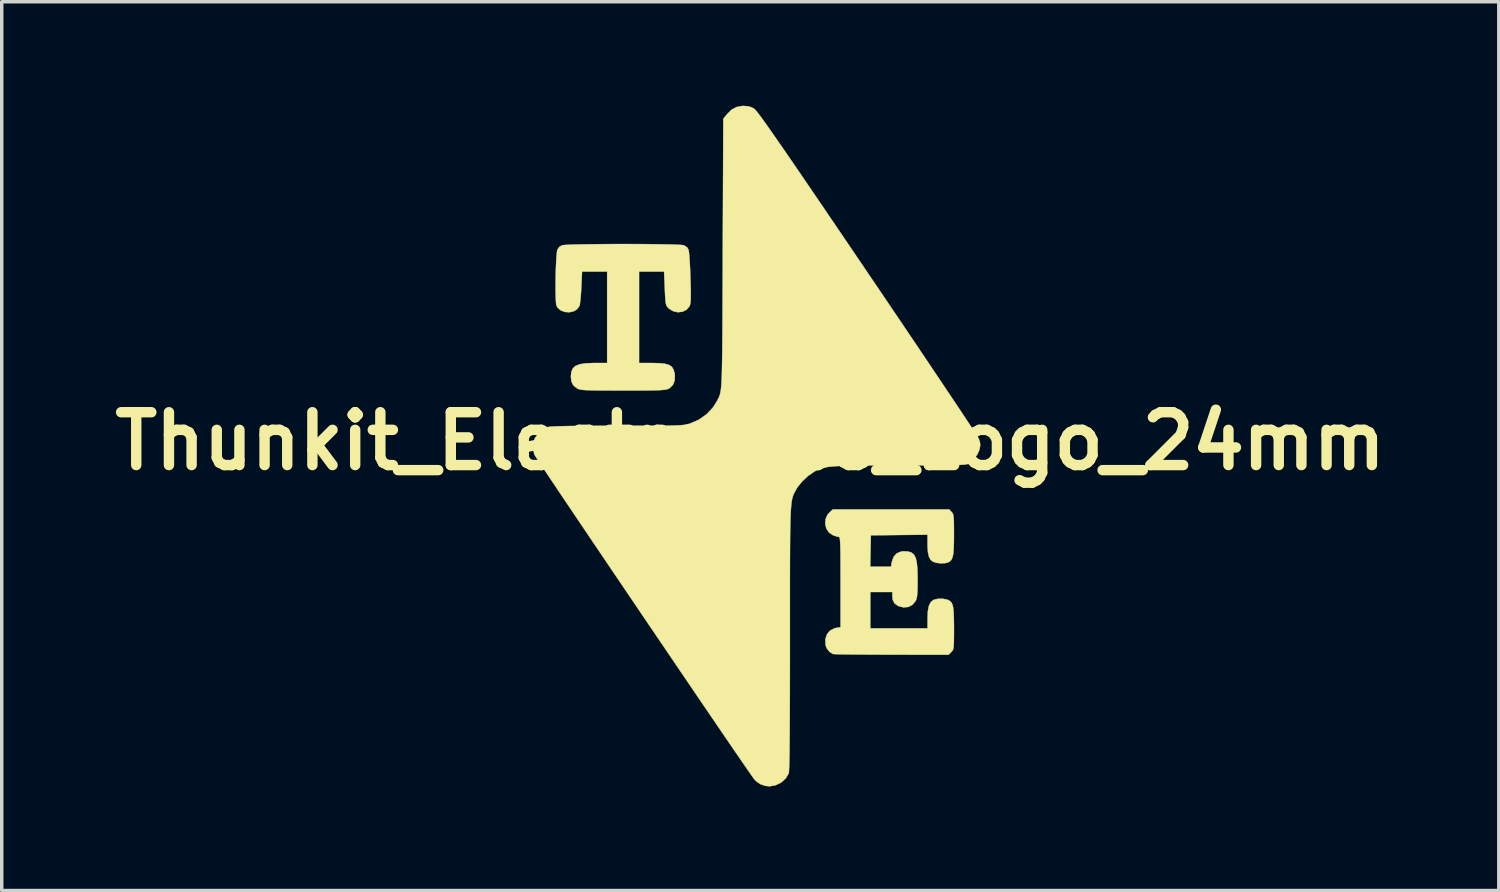
<source format=kicad_pcb>
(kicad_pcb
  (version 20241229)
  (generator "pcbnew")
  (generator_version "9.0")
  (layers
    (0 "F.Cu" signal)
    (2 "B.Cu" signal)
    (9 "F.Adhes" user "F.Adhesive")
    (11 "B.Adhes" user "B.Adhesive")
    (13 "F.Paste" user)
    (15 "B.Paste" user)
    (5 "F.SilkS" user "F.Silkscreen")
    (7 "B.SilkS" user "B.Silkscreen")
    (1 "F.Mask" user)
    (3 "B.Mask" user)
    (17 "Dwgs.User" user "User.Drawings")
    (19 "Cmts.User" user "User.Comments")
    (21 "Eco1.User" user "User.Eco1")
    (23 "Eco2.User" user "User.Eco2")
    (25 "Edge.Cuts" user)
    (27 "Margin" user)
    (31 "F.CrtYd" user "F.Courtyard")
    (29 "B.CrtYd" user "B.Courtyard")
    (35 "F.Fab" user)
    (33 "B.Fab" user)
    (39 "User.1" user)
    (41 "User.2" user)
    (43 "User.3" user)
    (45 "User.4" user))
  (footprint "Thunkit_Electronics_Logo_24mm"
    (layer "F.Cu")
    (at 18.586 9.672)
    (property "Reference" "Thunkit_Electronics_Logo_24mm" (at 0 0 0) (layer "F.SilkS") (effects (font (size 1.524 1.524) (thickness 0.3))))
    (attr through_hole)
    (fp_poly (pts (xy -3.245 -5.684) (xy -2.964 -5.682) (xy -2.7 -5.679) (xy -2.462 -5.675) (xy -2.258 -5.671) (xy -2.093 -5.665) (xy -1.976 -5.658) (xy -1.915 -5.65) (xy -1.912 -5.649) (xy -1.818 -5.586) (xy -1.78 -5.518) (xy -1.77 -5.458) (xy -1.758 -5.346) (xy -1.747 -5.192) (xy -1.737 -5.005) (xy -1.729 -4.798) (xy -1.726 -4.702) (xy -1.719 -4.465) (xy -1.716 -4.282) (xy -1.716 -4.146) (xy -1.72 -4.046) (xy -1.727 -3.976) (xy -1.739 -3.925) (xy -1.756 -3.886) (xy -1.838 -3.789) (xy -1.954 -3.733) (xy -2.088 -3.718) (xy -2.223 -3.747) (xy -2.342 -3.82) (xy -2.354 -3.832) (xy -2.389 -3.868) (xy -2.414 -3.905) (xy -2.431 -3.953) (xy -2.443 -4.024) (xy -2.452 -4.128) (xy -2.46 -4.278) (xy -2.465 -4.406) (xy -2.486 -4.889) (xy -3.207 -4.889) (xy -3.207 -2.254) (xy -2.841 -2.254) (xy -2.622 -2.249) (xy -2.459 -2.232) (xy -2.341 -2.198) (xy -2.261 -2.143) (xy -2.211 -2.063) (xy -2.182 -1.954) (xy -2.176 -1.917) (xy -2.179 -1.757) (xy -2.23 -1.624) (xy -2.325 -1.53) (xy -2.349 -1.516) (xy -2.383 -1.502) (xy -2.426 -1.49) (xy -2.483 -1.481) (xy -2.562 -1.474) (xy -2.669 -1.468) (xy -2.811 -1.465) (xy -2.994 -1.462) (xy -3.224 -1.461) (xy -3.507 -1.461) (xy -3.667 -1.461) (xy -3.98 -1.461) (xy -4.235 -1.462) (xy -4.44 -1.463) (xy -4.601 -1.466) (xy -4.724 -1.471) (xy -4.815 -1.477) (xy -4.883 -1.485) (xy -4.931 -1.496) (xy -4.969 -1.509) (xy -4.984 -1.516) (xy -5.095 -1.599) (xy -5.157 -1.716) (xy -5.174 -1.857) (xy -5.162 -1.993) (xy -5.119 -2.096) (xy -5.041 -2.17) (xy -4.92 -2.218) (xy -4.751 -2.245) (xy -4.526 -2.254) (xy -4.501 -2.254) (xy -4.128 -2.254) (xy -4.128 -4.889) (xy -4.851 -4.889) (xy -4.872 -4.437) (xy -4.882 -4.267) (xy -4.894 -4.114) (xy -4.908 -3.992) (xy -4.921 -3.915) (xy -4.924 -3.903) (xy -4.993 -3.805) (xy -5.097 -3.743) (xy -5.222 -3.717) (xy -5.351 -3.727) (xy -5.469 -3.772) (xy -5.559 -3.853) (xy -5.588 -3.906) (xy -5.6 -3.968) (xy -5.608 -4.083) (xy -5.613 -4.237) (xy -5.615 -4.42) (xy -5.614 -4.62) (xy -5.611 -4.826) (xy -5.604 -5.026) (xy -5.596 -5.208) (xy -5.586 -5.361) (xy -5.573 -5.473) (xy -5.561 -5.529) (xy -5.501 -5.607) (xy -5.427 -5.648) (xy -5.372 -5.656) (xy -5.261 -5.663) (xy -5.101 -5.669) (xy -4.9 -5.674) (xy -4.666 -5.678) (xy -4.405 -5.681) (xy -4.125 -5.683) (xy -3.833 -5.685) (xy -3.538 -5.685) (xy -3.245 -5.684)) (stroke (width 0.01) (type solid)) (fill yes) (layer "F.SilkS"))
    (fp_poly (pts (xy 5.805 2.042) (xy 5.829 2.071) (xy 5.847 2.106) (xy 5.859 2.155) (xy 5.867 2.228) (xy 5.872 2.336) (xy 5.873 2.488) (xy 5.874 2.694) (xy 5.874 2.694) (xy 5.872 2.931) (xy 5.866 3.113) (xy 5.854 3.249) (xy 5.833 3.346) (xy 5.804 3.414) (xy 5.763 3.461) (xy 5.717 3.492) (xy 5.625 3.517) (xy 5.501 3.523) (xy 5.375 3.51) (xy 5.274 3.478) (xy 5.272 3.478) (xy 5.201 3.422) (xy 5.153 3.334) (xy 5.124 3.205) (xy 5.112 3.027) (xy 5.112 2.963) (xy 5.112 2.698) (xy 4.294 2.706) (xy 3.477 2.715) (xy 3.468 3.167) (xy 3.459 3.619) (xy 4.058 3.619) (xy 4.081 3.486) (xy 4.132 3.337) (xy 4.224 3.235) (xy 4.355 3.182) (xy 4.435 3.175) (xy 4.556 3.183) (xy 4.65 3.213) (xy 4.72 3.271) (xy 4.77 3.363) (xy 4.801 3.496) (xy 4.819 3.678) (xy 4.826 3.914) (xy 4.826 3.992) (xy 4.825 4.192) (xy 4.821 4.34) (xy 4.812 4.447) (xy 4.799 4.525) (xy 4.78 4.583) (xy 4.77 4.603) (xy 4.682 4.715) (xy 4.561 4.78) (xy 4.42 4.794) (xy 4.272 4.755) (xy 4.254 4.746) (xy 4.156 4.673) (xy 4.106 4.57) (xy 4.096 4.463) (xy 4.096 4.35) (xy 3.461 4.35) (xy 3.461 5.397) (xy 5.112 5.397) (xy 5.112 5.109) (xy 5.121 4.903) (xy 5.15 4.752) (xy 5.2 4.648) (xy 5.275 4.583) (xy 5.289 4.576) (xy 5.408 4.546) (xy 5.549 4.544) (xy 5.677 4.569) (xy 5.7 4.578) (xy 5.756 4.609) (xy 5.799 4.651) (xy 5.83 4.711) (xy 5.851 4.798) (xy 5.864 4.921) (xy 5.871 5.087) (xy 5.874 5.306) (xy 5.874 5.397) (xy 5.874 5.608) (xy 5.872 5.764) (xy 5.869 5.876) (xy 5.862 5.952) (xy 5.85 6.003) (xy 5.834 6.038) (xy 5.81 6.067) (xy 5.796 6.082) (xy 5.718 6.16) (xy 4.073 6.157) (xy 3.755 6.156) (xy 3.455 6.155) (xy 3.18 6.153) (xy 2.935 6.151) (xy 2.728 6.148) (xy 2.563 6.145) (xy 2.448 6.142) (xy 2.388 6.138) (xy 2.381 6.137) (xy 2.281 6.071) (xy 2.202 5.969) (xy 2.172 5.885) (xy 2.165 5.716) (xy 2.21 5.572) (xy 2.299 5.463) (xy 2.428 5.396) (xy 2.477 5.385) (xy 2.603 5.365) (xy 2.603 4.064) (xy 2.603 3.738) (xy 2.602 3.471) (xy 2.601 3.256) (xy 2.598 3.088) (xy 2.594 2.962) (xy 2.589 2.872) (xy 2.582 2.812) (xy 2.573 2.778) (xy 2.563 2.764) (xy 2.557 2.762) (xy 2.499 2.751) (xy 2.412 2.723) (xy 2.384 2.712) (xy 2.27 2.636) (xy 2.195 2.523) (xy 2.161 2.389) (xy 2.17 2.251) (xy 2.225 2.123) (xy 2.283 2.057) (xy 2.382 1.968) (xy 5.736 1.968) (xy 5.805 2.042)) (stroke (width 0.01) (type solid)) (fill yes) (layer "F.SilkS"))
    (fp_poly (pts (xy -0.055 -9.657) (xy 0.049 -9.623) (xy 0.114 -9.585) (xy 0.136 -9.565) (xy 0.171 -9.526) (xy 0.218 -9.467) (xy 0.281 -9.385) (xy 0.359 -9.278) (xy 0.455 -9.144) (xy 0.57 -8.981) (xy 0.705 -8.788) (xy 0.862 -8.561) (xy 1.043 -8.3) (xy 1.248 -8.001) (xy 1.478 -7.664) (xy 1.736 -7.286) (xy 2.023 -6.864) (xy 2.34 -6.398) (xy 2.689 -5.884) (xy 3.07 -5.322) (xy 3.394 -4.843) (xy 3.728 -4.351) (xy 4.052 -3.871) (xy 4.365 -3.408) (xy 4.665 -2.963) (xy 4.95 -2.54) (xy 5.218 -2.14) (xy 5.468 -1.768) (xy 5.698 -1.424) (xy 5.906 -1.114) (xy 6.09 -0.838) (xy 6.248 -0.599) (xy 6.379 -0.402) (xy 6.48 -0.247) (xy 6.55 -0.138) (xy 6.586 -0.078) (xy 6.592 -0.068) (xy 6.624 0.037) (xy 6.631 0.12) (xy 6.615 0.215) (xy 6.602 0.263) (xy 6.542 0.393) (xy 6.444 0.522) (xy 6.329 0.625) (xy 6.283 0.652) (xy 6.256 0.662) (xy 6.212 0.671) (xy 6.146 0.678) (xy 6.054 0.684) (xy 5.932 0.688) (xy 5.773 0.692) (xy 5.575 0.695) (xy 5.331 0.697) (xy 5.038 0.698) (xy 4.69 0.699) (xy 4.312 0.699) (xy 3.886 0.699) (xy 3.52 0.7) (xy 3.206 0.702) (xy 2.941 0.706) (xy 2.718 0.711) (xy 2.534 0.718) (xy 2.383 0.728) (xy 2.259 0.741) (xy 2.158 0.756) (xy 2.074 0.776) (xy 2.003 0.799) (xy 1.939 0.827) (xy 1.878 0.86) (xy 1.846 0.878) (xy 1.663 1.006) (xy 1.496 1.162) (xy 1.363 1.326) (xy 1.324 1.391) (xy 1.298 1.439) (xy 1.274 1.483) (xy 1.252 1.527) (xy 1.234 1.574) (xy 1.217 1.627) (xy 1.203 1.691) (xy 1.19 1.768) (xy 1.18 1.862) (xy 1.171 1.977) (xy 1.164 2.117) (xy 1.158 2.284) (xy 1.153 2.482) (xy 1.149 2.715) (xy 1.147 2.986) (xy 1.145 3.3) (xy 1.144 3.658) (xy 1.143 4.066) (xy 1.143 4.525) (xy 1.143 5.041) (xy 1.143 5.617) (xy 1.143 5.704) (xy 1.143 6.354) (xy 1.142 6.942) (xy 1.141 7.468) (xy 1.139 7.934) (xy 1.137 8.339) (xy 1.134 8.686) (xy 1.131 8.975) (xy 1.127 9.206) (xy 1.122 9.381) (xy 1.117 9.501) (xy 1.112 9.567) (xy 1.109 9.578) (xy 1.022 9.727) (xy 0.89 9.844) (xy 0.731 9.922) (xy 0.559 9.953) (xy 0.429 9.94) (xy 0.29 9.891) (xy 0.175 9.811) (xy 0.122 9.758) (xy 0.094 9.721) (xy 0.034 9.636) (xy -0.058 9.504) (xy -0.178 9.33) (xy -0.325 9.116) (xy -0.496 8.867) (xy -0.689 8.584) (xy -0.902 8.272) (xy -1.133 7.933) (xy -1.379 7.572) (xy -1.638 7.19) (xy -1.908 6.793) (xy -2.187 6.381) (xy -2.473 5.96) (xy -2.763 5.532) (xy -3.056 5.101) (xy -3.348 4.669) (xy -3.638 4.24) (xy -3.924 3.818) (xy -4.203 3.405) (xy -4.473 3.005) (xy -4.732 2.621) (xy -4.978 2.256) (xy -5.208 1.914) (xy -5.421 1.598) (xy -5.613 1.311) (xy -5.784 1.057) (xy -5.93 0.838) (xy -6.05 0.657) (xy -6.141 0.52) (xy -6.201 0.427) (xy -6.228 0.383) (xy -6.229 0.381) (xy -6.254 0.264) (xy -6.257 0.123) (xy -6.238 -0.012) (xy -6.211 -0.089) (xy -6.123 -0.208) (xy -6.001 -0.317) (xy -5.867 -0.394) (xy -5.819 -0.411) (xy -5.757 -0.419) (xy -5.632 -0.426) (xy -5.447 -0.432) (xy -5.201 -0.437) (xy -4.897 -0.44) (xy -4.536 -0.442) (xy -4.118 -0.444) (xy -3.824 -0.444) (xy -3.43 -0.444) (xy -3.094 -0.444) (xy -2.812 -0.444) (xy -2.577 -0.446) (xy -2.384 -0.448) (xy -2.228 -0.451) (xy -2.104 -0.455) (xy -2.006 -0.46) (xy -1.93 -0.467) (xy -1.869 -0.475) (xy -1.818 -0.486) (xy -1.773 -0.498) (xy -1.747 -0.505) (xy -1.49 -0.615) (xy -1.264 -0.773) (xy -1.078 -0.969) (xy -0.971 -1.139) (xy -0.947 -1.183) (xy -0.926 -1.223) (xy -0.907 -1.26) (xy -0.89 -1.3) (xy -0.875 -1.345) (xy -0.862 -1.398) (xy -0.851 -1.465) (xy -0.841 -1.547) (xy -0.833 -1.648) (xy -0.826 -1.772) (xy -0.82 -1.923) (xy -0.816 -2.103) (xy -0.812 -2.317) (xy -0.808 -2.568) (xy -0.806 -2.859) (xy -0.803 -3.194) (xy -0.801 -3.576) (xy -0.799 -4.009) (xy -0.797 -4.496) (xy -0.795 -5.042) (xy -0.794 -5.403) (xy -0.778 -9.297) (xy -0.679 -9.419) (xy -0.545 -9.555) (xy -0.401 -9.634) (xy -0.233 -9.666) (xy -0.188 -9.667) (xy -0.055 -9.657)) (stroke (width 0.01) (type solid)) (fill yes) (layer "F.SilkS")))
  (gr_rect
    (start -3 -3)
    (end 40.171 22.63)
    (stroke (width 0.1) (type default))
    (fill no)
    (layer "Edge.Cuts")))
</source>
